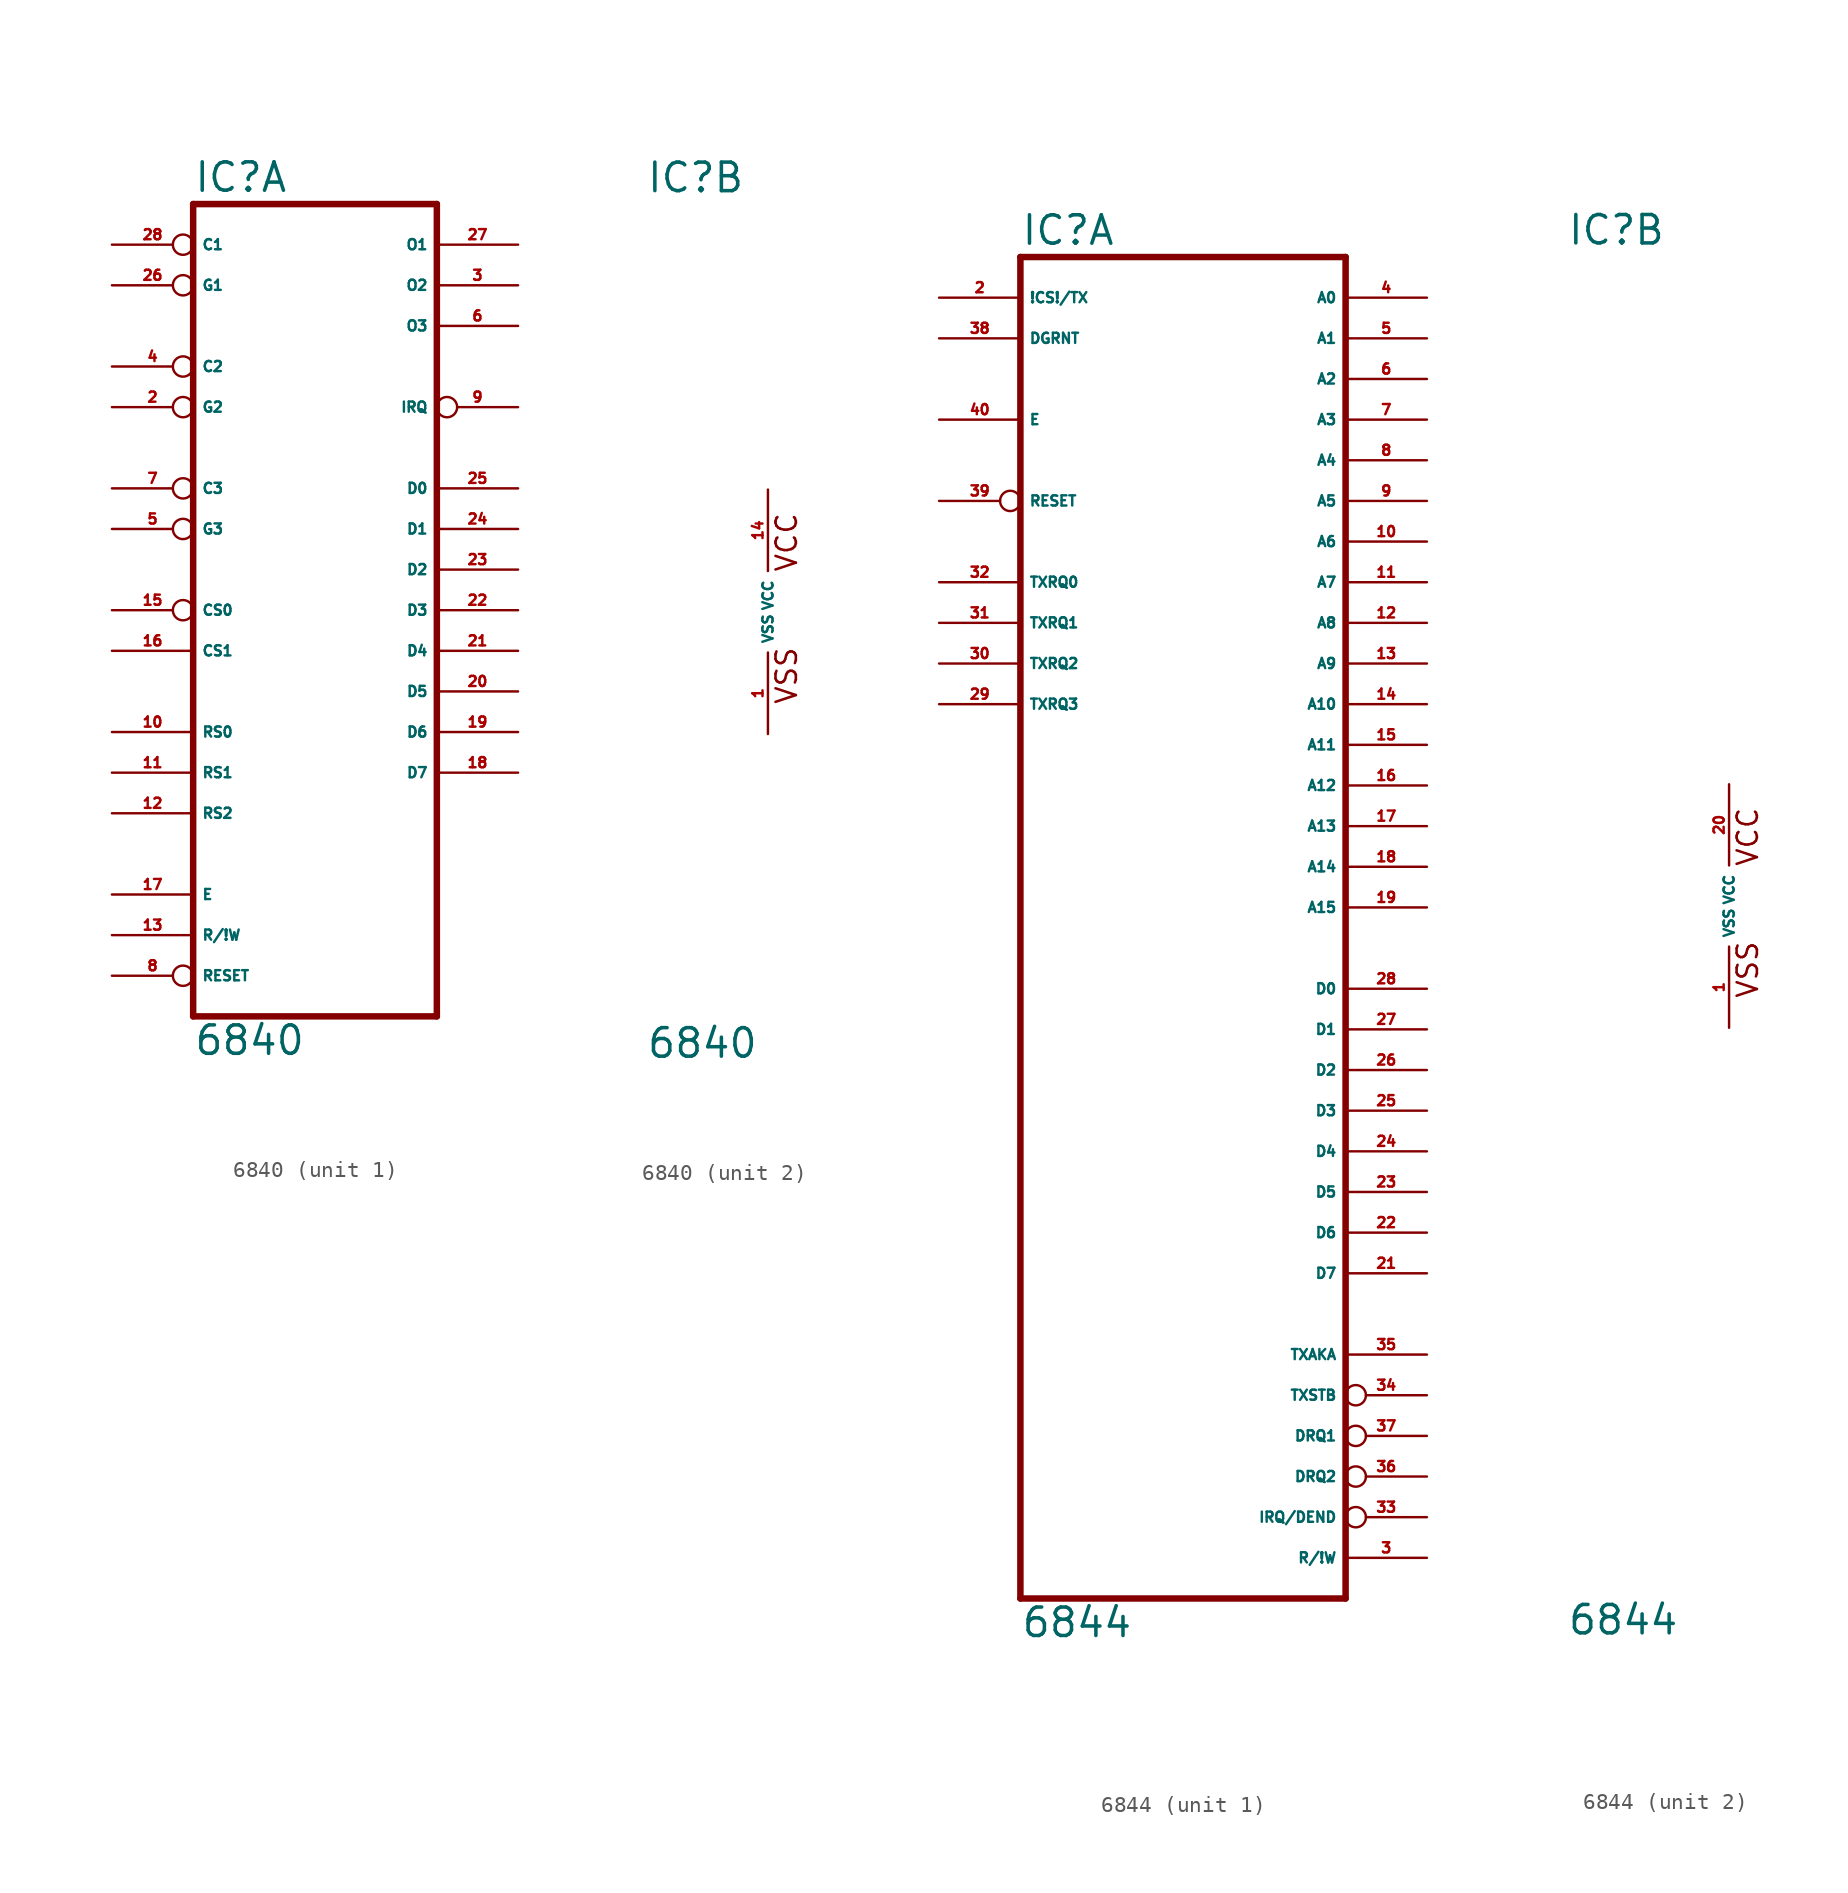
<source format=kicad_sym>
(kicad_symbol_lib
  (version 20220914)
  (generator Eagle2Kicad)
  (symbol "6840"
    (property "Reference" "IC"
      (at -7.62 26.035 0)
      (effects (font (size 1.778 1.778) (thickness 0.22)) (justify left bottom)))
    (property "Value" "6840"
      (at -7.62 -27.94 0)
      (effects (font (size 1.778 1.778) (thickness 0.22)) (justify left bottom)))
    (symbol "6840_1_0"
      (polyline (pts (xy -7.62 -25.4) (xy 7.62 -25.4)) (stroke (width 0.406) (type default)) (fill (type none)))
      (polyline (pts (xy 7.62 -25.4) (xy 7.62 25.4)) (stroke (width 0.406) (type default)) (fill (type none)))
      (polyline (pts (xy 7.62 25.4) (xy -7.62 25.4)) (stroke (width 0.406) (type default)) (fill (type none)))
      (polyline (pts (xy -7.62 25.4) (xy -7.62 -25.4)) (stroke (width 0.406) (type default)) (fill (type none)))
      (pin input inverted (at -12.7 12.7 0) (length 5.08) (name "G2" (effects (font (size 0.635 0.635) (thickness 0.08)) (justify left bottom))) (number "2" (effects (font (size 0.635 0.635) (thickness 0.08)) (justify left bottom))))
      (pin output line (at 12.7 20.32 180) (length 5.08) (name "O2" (effects (font (size 0.635 0.635) (thickness 0.08)) (justify left bottom))) (number "3" (effects (font (size 0.635 0.635) (thickness 0.08)) (justify left bottom))))
      (pin input inverted (at -12.7 15.24 0) (length 5.08) (name "C2" (effects (font (size 0.635 0.635) (thickness 0.08)) (justify left bottom))) (number "4" (effects (font (size 0.635 0.635) (thickness 0.08)) (justify left bottom))))
      (pin input inverted (at -12.7 5.08 0) (length 5.08) (name "G3" (effects (font (size 0.635 0.635) (thickness 0.08)) (justify left bottom))) (number "5" (effects (font (size 0.635 0.635) (thickness 0.08)) (justify left bottom))))
      (pin output line (at 12.7 17.78 180) (length 5.08) (name "O3" (effects (font (size 0.635 0.635) (thickness 0.08)) (justify left bottom))) (number "6" (effects (font (size 0.635 0.635) (thickness 0.08)) (justify left bottom))))
      (pin input inverted (at -12.7 7.62 0) (length 5.08) (name "C3" (effects (font (size 0.635 0.635) (thickness 0.08)) (justify left bottom))) (number "7" (effects (font (size 0.635 0.635) (thickness 0.08)) (justify left bottom))))
      (pin input inverted (at -12.7 -22.86 0) (length 5.08) (name "RESET" (effects (font (size 0.635 0.635) (thickness 0.08)) (justify left bottom))) (number "8" (effects (font (size 0.635 0.635) (thickness 0.08)) (justify left bottom))))
      (pin open_collector inverted (at 12.7 12.7 180) (length 5.08) (name "IRQ" (effects (font (size 0.635 0.635) (thickness 0.08)) (justify left bottom))) (number "9" (effects (font (size 0.635 0.635) (thickness 0.08)) (justify left bottom))))
      (pin input line (at -12.7 -7.62 0) (length 5.08) (name "RS0" (effects (font (size 0.635 0.635) (thickness 0.08)) (justify left bottom))) (number "10" (effects (font (size 0.635 0.635) (thickness 0.08)) (justify left bottom))))
      (pin input line (at -12.7 -10.16 0) (length 5.08) (name "RS1" (effects (font (size 0.635 0.635) (thickness 0.08)) (justify left bottom))) (number "11" (effects (font (size 0.635 0.635) (thickness 0.08)) (justify left bottom))))
      (pin input line (at -12.7 -12.7 0) (length 5.08) (name "RS2" (effects (font (size 0.635 0.635) (thickness 0.08)) (justify left bottom))) (number "12" (effects (font (size 0.635 0.635) (thickness 0.08)) (justify left bottom))))
      (pin input line (at -12.7 -20.32 0) (length 5.08) (name "R/!W" (effects (font (size 0.635 0.635) (thickness 0.08)) (justify left bottom))) (number "13" (effects (font (size 0.635 0.635) (thickness 0.08)) (justify left bottom))))
      (pin input inverted (at -12.7 0 0) (length 5.08) (name "CS0" (effects (font (size 0.635 0.635) (thickness 0.08)) (justify left bottom))) (number "15" (effects (font (size 0.635 0.635) (thickness 0.08)) (justify left bottom))))
      (pin input line (at -12.7 -2.54 0) (length 5.08) (name "CS1" (effects (font (size 0.635 0.635) (thickness 0.08)) (justify left bottom))) (number "16" (effects (font (size 0.635 0.635) (thickness 0.08)) (justify left bottom))))
      (pin input line (at -12.7 -17.78 0) (length 5.08) (name "E" (effects (font (size 0.635 0.635) (thickness 0.08)) (justify left bottom))) (number "17" (effects (font (size 0.635 0.635) (thickness 0.08)) (justify left bottom))))
      (pin bidirectional line (at 12.7 -10.16 180) (length 5.08) (name "D7" (effects (font (size 0.635 0.635) (thickness 0.08)) (justify left bottom))) (number "18" (effects (font (size 0.635 0.635) (thickness 0.08)) (justify left bottom))))
      (pin bidirectional line (at 12.7 -7.62 180) (length 5.08) (name "D6" (effects (font (size 0.635 0.635) (thickness 0.08)) (justify left bottom))) (number "19" (effects (font (size 0.635 0.635) (thickness 0.08)) (justify left bottom))))
      (pin bidirectional line (at 12.7 -5.08 180) (length 5.08) (name "D5" (effects (font (size 0.635 0.635) (thickness 0.08)) (justify left bottom))) (number "20" (effects (font (size 0.635 0.635) (thickness 0.08)) (justify left bottom))))
      (pin bidirectional line (at 12.7 -2.54 180) (length 5.08) (name "D4" (effects (font (size 0.635 0.635) (thickness 0.08)) (justify left bottom))) (number "21" (effects (font (size 0.635 0.635) (thickness 0.08)) (justify left bottom))))
      (pin bidirectional line (at 12.7 0 180) (length 5.08) (name "D3" (effects (font (size 0.635 0.635) (thickness 0.08)) (justify left bottom))) (number "22" (effects (font (size 0.635 0.635) (thickness 0.08)) (justify left bottom))))
      (pin bidirectional line (at 12.7 2.54 180) (length 5.08) (name "D2" (effects (font (size 0.635 0.635) (thickness 0.08)) (justify left bottom))) (number "23" (effects (font (size 0.635 0.635) (thickness 0.08)) (justify left bottom))))
      (pin bidirectional line (at 12.7 5.08 180) (length 5.08) (name "D1" (effects (font (size 0.635 0.635) (thickness 0.08)) (justify left bottom))) (number "24" (effects (font (size 0.635 0.635) (thickness 0.08)) (justify left bottom))))
      (pin bidirectional line (at 12.7 7.62 180) (length 5.08) (name "D0" (effects (font (size 0.635 0.635) (thickness 0.08)) (justify left bottom))) (number "25" (effects (font (size 0.635 0.635) (thickness 0.08)) (justify left bottom))))
      (pin input inverted (at -12.7 20.32 0) (length 5.08) (name "G1" (effects (font (size 0.635 0.635) (thickness 0.08)) (justify left bottom))) (number "26" (effects (font (size 0.635 0.635) (thickness 0.08)) (justify left bottom))))
      (pin output line (at 12.7 22.86 180) (length 5.08) (name "O1" (effects (font (size 0.635 0.635) (thickness 0.08)) (justify left bottom))) (number "27" (effects (font (size 0.635 0.635) (thickness 0.08)) (justify left bottom))))
      (pin input inverted (at -12.7 22.86 0) (length 5.08) (name "C1" (effects (font (size 0.635 0.635) (thickness 0.08)) (justify left bottom))) (number "28" (effects (font (size 0.635 0.635) (thickness 0.08)) (justify left bottom)))))
    (symbol "6840_2_0"
      (text "VSS" (at 1.905 -5.842 900) (effects (font (size 1.27 1.27) (thickness 0.16)) (justify left bottom)))
      (text "VCC" (at 1.905 2.413 900) (effects (font (size 1.27 1.27) (thickness 0.16)) (justify left bottom)))
      (pin unspecified line (at 0 -7.62 90) (length 5.08) (name "VSS" (effects (font (size 0.635 0.635) (thickness 0.08)) (justify left bottom))) (number "1" (effects (font (size 0.635 0.635) (thickness 0.08)) (justify left bottom))))
      (pin unspecified line (at 0 7.62 270) (length 5.08) (name "VCC" (effects (font (size 0.635 0.635) (thickness 0.08)) (justify left bottom))) (number "14" (effects (font (size 0.635 0.635) (thickness 0.08)) (justify left bottom))))))
  (symbol "6844"
    (property "Reference" "IC"
      (at -10.16 41.275 0)
      (effects (font (size 1.778 1.778) (thickness 0.22)) (justify left bottom)))
    (property "Value" "6844"
      (at -10.16 -45.72 0)
      (effects (font (size 1.778 1.778) (thickness 0.22)) (justify left bottom)))
    (symbol "6844_1_0"
      (polyline (pts (xy -10.16 -43.18) (xy 10.16 -43.18)) (stroke (width 0.406) (type default)) (fill (type none)))
      (polyline (pts (xy 10.16 -43.18) (xy 10.16 40.64)) (stroke (width 0.406) (type default)) (fill (type none)))
      (polyline (pts (xy 10.16 40.64) (xy -10.16 40.64)) (stroke (width 0.406) (type default)) (fill (type none)))
      (polyline (pts (xy -10.16 40.64) (xy -10.16 -43.18)) (stroke (width 0.406) (type default)) (fill (type none)))
      (pin input line (at -15.24 38.1 0) (length 5.08) (name "!CS!/TX" (effects (font (size 0.635 0.635) (thickness 0.08)) (justify left bottom))) (number "2" (effects (font (size 0.635 0.635) (thickness 0.08)) (justify left bottom))))
      (pin bidirectional line (at 15.24 -40.64 180) (length 5.08) (name "R/!W" (effects (font (size 0.635 0.635) (thickness 0.08)) (justify left bottom))) (number "3" (effects (font (size 0.635 0.635) (thickness 0.08)) (justify left bottom))))
      (pin bidirectional line (at 15.24 38.1 180) (length 5.08) (name "A0" (effects (font (size 0.635 0.635) (thickness 0.08)) (justify left bottom))) (number "4" (effects (font (size 0.635 0.635) (thickness 0.08)) (justify left bottom))))
      (pin bidirectional line (at 15.24 35.56 180) (length 5.08) (name "A1" (effects (font (size 0.635 0.635) (thickness 0.08)) (justify left bottom))) (number "5" (effects (font (size 0.635 0.635) (thickness 0.08)) (justify left bottom))))
      (pin bidirectional line (at 15.24 33.02 180) (length 5.08) (name "A2" (effects (font (size 0.635 0.635) (thickness 0.08)) (justify left bottom))) (number "6" (effects (font (size 0.635 0.635) (thickness 0.08)) (justify left bottom))))
      (pin bidirectional line (at 15.24 30.48 180) (length 5.08) (name "A3" (effects (font (size 0.635 0.635) (thickness 0.08)) (justify left bottom))) (number "7" (effects (font (size 0.635 0.635) (thickness 0.08)) (justify left bottom))))
      (pin bidirectional line (at 15.24 27.94 180) (length 5.08) (name "A4" (effects (font (size 0.635 0.635) (thickness 0.08)) (justify left bottom))) (number "8" (effects (font (size 0.635 0.635) (thickness 0.08)) (justify left bottom))))
      (pin output line (at 15.24 25.4 180) (length 5.08) (name "A5" (effects (font (size 0.635 0.635) (thickness 0.08)) (justify left bottom))) (number "9" (effects (font (size 0.635 0.635) (thickness 0.08)) (justify left bottom))))
      (pin output line (at 15.24 22.86 180) (length 5.08) (name "A6" (effects (font (size 0.635 0.635) (thickness 0.08)) (justify left bottom))) (number "10" (effects (font (size 0.635 0.635) (thickness 0.08)) (justify left bottom))))
      (pin output line (at 15.24 20.32 180) (length 5.08) (name "A7" (effects (font (size 0.635 0.635) (thickness 0.08)) (justify left bottom))) (number "11" (effects (font (size 0.635 0.635) (thickness 0.08)) (justify left bottom))))
      (pin output line (at 15.24 17.78 180) (length 5.08) (name "A8" (effects (font (size 0.635 0.635) (thickness 0.08)) (justify left bottom))) (number "12" (effects (font (size 0.635 0.635) (thickness 0.08)) (justify left bottom))))
      (pin output line (at 15.24 15.24 180) (length 5.08) (name "A9" (effects (font (size 0.635 0.635) (thickness 0.08)) (justify left bottom))) (number "13" (effects (font (size 0.635 0.635) (thickness 0.08)) (justify left bottom))))
      (pin output line (at 15.24 12.7 180) (length 5.08) (name "A10" (effects (font (size 0.635 0.635) (thickness 0.08)) (justify left bottom))) (number "14" (effects (font (size 0.635 0.635) (thickness 0.08)) (justify left bottom))))
      (pin output line (at 15.24 10.16 180) (length 5.08) (name "A11" (effects (font (size 0.635 0.635) (thickness 0.08)) (justify left bottom))) (number "15" (effects (font (size 0.635 0.635) (thickness 0.08)) (justify left bottom))))
      (pin output line (at 15.24 7.62 180) (length 5.08) (name "A12" (effects (font (size 0.635 0.635) (thickness 0.08)) (justify left bottom))) (number "16" (effects (font (size 0.635 0.635) (thickness 0.08)) (justify left bottom))))
      (pin output line (at 15.24 5.08 180) (length 5.08) (name "A13" (effects (font (size 0.635 0.635) (thickness 0.08)) (justify left bottom))) (number "17" (effects (font (size 0.635 0.635) (thickness 0.08)) (justify left bottom))))
      (pin output line (at 15.24 2.54 180) (length 5.08) (name "A14" (effects (font (size 0.635 0.635) (thickness 0.08)) (justify left bottom))) (number "18" (effects (font (size 0.635 0.635) (thickness 0.08)) (justify left bottom))))
      (pin output line (at 15.24 0 180) (length 5.08) (name "A15" (effects (font (size 0.635 0.635) (thickness 0.08)) (justify left bottom))) (number "19" (effects (font (size 0.635 0.635) (thickness 0.08)) (justify left bottom))))
      (pin bidirectional line (at 15.24 -22.86 180) (length 5.08) (name "D7" (effects (font (size 0.635 0.635) (thickness 0.08)) (justify left bottom))) (number "21" (effects (font (size 0.635 0.635) (thickness 0.08)) (justify left bottom))))
      (pin bidirectional line (at 15.24 -20.32 180) (length 5.08) (name "D6" (effects (font (size 0.635 0.635) (thickness 0.08)) (justify left bottom))) (number "22" (effects (font (size 0.635 0.635) (thickness 0.08)) (justify left bottom))))
      (pin bidirectional line (at 15.24 -17.78 180) (length 5.08) (name "D5" (effects (font (size 0.635 0.635) (thickness 0.08)) (justify left bottom))) (number "23" (effects (font (size 0.635 0.635) (thickness 0.08)) (justify left bottom))))
      (pin bidirectional line (at 15.24 -15.24 180) (length 5.08) (name "D4" (effects (font (size 0.635 0.635) (thickness 0.08)) (justify left bottom))) (number "24" (effects (font (size 0.635 0.635) (thickness 0.08)) (justify left bottom))))
      (pin bidirectional line (at 15.24 -12.7 180) (length 5.08) (name "D3" (effects (font (size 0.635 0.635) (thickness 0.08)) (justify left bottom))) (number "25" (effects (font (size 0.635 0.635) (thickness 0.08)) (justify left bottom))))
      (pin bidirectional line (at 15.24 -10.16 180) (length 5.08) (name "D2" (effects (font (size 0.635 0.635) (thickness 0.08)) (justify left bottom))) (number "26" (effects (font (size 0.635 0.635) (thickness 0.08)) (justify left bottom))))
      (pin bidirectional line (at 15.24 -7.62 180) (length 5.08) (name "D1" (effects (font (size 0.635 0.635) (thickness 0.08)) (justify left bottom))) (number "27" (effects (font (size 0.635 0.635) (thickness 0.08)) (justify left bottom))))
      (pin bidirectional line (at 15.24 -5.08 180) (length 5.08) (name "D0" (effects (font (size 0.635 0.635) (thickness 0.08)) (justify left bottom))) (number "28" (effects (font (size 0.635 0.635) (thickness 0.08)) (justify left bottom))))
      (pin input line (at -15.24 12.7 0) (length 5.08) (name "TXRQ3" (effects (font (size 0.635 0.635) (thickness 0.08)) (justify left bottom))) (number "29" (effects (font (size 0.635 0.635) (thickness 0.08)) (justify left bottom))))
      (pin input line (at -15.24 15.24 0) (length 5.08) (name "TXRQ2" (effects (font (size 0.635 0.635) (thickness 0.08)) (justify left bottom))) (number "30" (effects (font (size 0.635 0.635) (thickness 0.08)) (justify left bottom))))
      (pin input line (at -15.24 17.78 0) (length 5.08) (name "TXRQ1" (effects (font (size 0.635 0.635) (thickness 0.08)) (justify left bottom))) (number "31" (effects (font (size 0.635 0.635) (thickness 0.08)) (justify left bottom))))
      (pin input line (at -15.24 20.32 0) (length 5.08) (name "TXRQ0" (effects (font (size 0.635 0.635) (thickness 0.08)) (justify left bottom))) (number "32" (effects (font (size 0.635 0.635) (thickness 0.08)) (justify left bottom))))
      (pin output inverted (at 15.24 -38.1 180) (length 5.08) (name "IRQ/DEND" (effects (font (size 0.635 0.635) (thickness 0.08)) (justify left bottom))) (number "33" (effects (font (size 0.635 0.635) (thickness 0.08)) (justify left bottom))))
      (pin output inverted (at 15.24 -30.48 180) (length 5.08) (name "TXSTB" (effects (font (size 0.635 0.635) (thickness 0.08)) (justify left bottom))) (number "34" (effects (font (size 0.635 0.635) (thickness 0.08)) (justify left bottom))))
      (pin output line (at 15.24 -27.94 180) (length 5.08) (name "TXAKA" (effects (font (size 0.635 0.635) (thickness 0.08)) (justify left bottom))) (number "35" (effects (font (size 0.635 0.635) (thickness 0.08)) (justify left bottom))))
      (pin output inverted (at 15.24 -35.56 180) (length 5.08) (name "DRQ2" (effects (font (size 0.635 0.635) (thickness 0.08)) (justify left bottom))) (number "36" (effects (font (size 0.635 0.635) (thickness 0.08)) (justify left bottom))))
      (pin output inverted (at 15.24 -33.02 180) (length 5.08) (name "DRQ1" (effects (font (size 0.635 0.635) (thickness 0.08)) (justify left bottom))) (number "37" (effects (font (size 0.635 0.635) (thickness 0.08)) (justify left bottom))))
      (pin input line (at -15.24 35.56 0) (length 5.08) (name "DGRNT" (effects (font (size 0.635 0.635) (thickness 0.08)) (justify left bottom))) (number "38" (effects (font (size 0.635 0.635) (thickness 0.08)) (justify left bottom))))
      (pin input inverted (at -15.24 25.4 0) (length 5.08) (name "RESET" (effects (font (size 0.635 0.635) (thickness 0.08)) (justify left bottom))) (number "39" (effects (font (size 0.635 0.635) (thickness 0.08)) (justify left bottom))))
      (pin input line (at -15.24 30.48 0) (length 5.08) (name "E" (effects (font (size 0.635 0.635) (thickness 0.08)) (justify left bottom))) (number "40" (effects (font (size 0.635 0.635) (thickness 0.08)) (justify left bottom)))))
    (symbol "6844_2_0"
      (text "VSS" (at 1.905 -5.842 900) (effects (font (size 1.27 1.27) (thickness 0.16)) (justify left bottom)))
      (text "VCC" (at 1.905 2.413 900) (effects (font (size 1.27 1.27) (thickness 0.16)) (justify left bottom)))
      (pin unspecified line (at 0 -7.62 90) (length 5.08) (name "VSS" (effects (font (size 0.635 0.635) (thickness 0.08)) (justify left bottom))) (number "1" (effects (font (size 0.635 0.635) (thickness 0.08)) (justify left bottom))))
      (pin unspecified line (at 0 7.62 270) (length 5.08) (name "VCC" (effects (font (size 0.635 0.635) (thickness 0.08)) (justify left bottom))) (number "20" (effects (font (size 0.635 0.635) (thickness 0.08)) (justify left bottom)))))))
</source>
